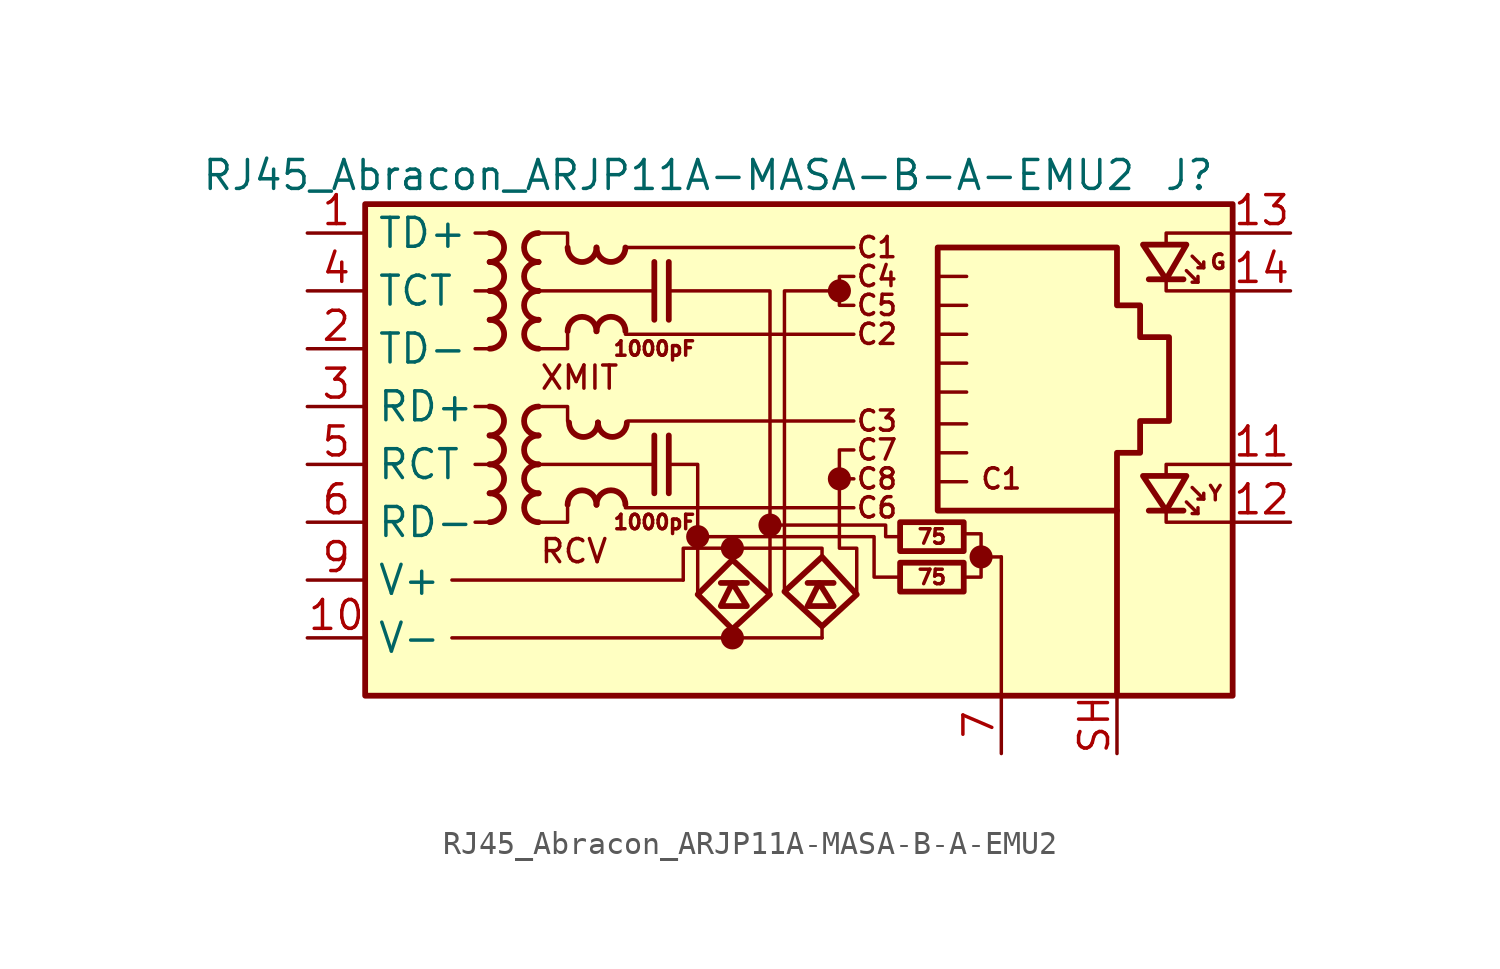
<source format=kicad_sym>
(kicad_symbol_lib
  (version 20241209)
  (generator "kicad_symbol_editor")
  (generator_version "9.0")
  (symbol "RJ45_Abracon_ARJP11A-MASA-B-A-EMU2"
    (property "Reference" "J"
      (at 18.415 12.7 0)
      (effects (font (size 1.27 1.27))))
    (property "Value" "RJ45_Abracon_ARJP11A-MASA-B-A-EMU2"
      (at -4.445 12.7 0)
      (effects (font (size 1.27 1.27))))
    (symbol "RJ45_Abracon_ARJP11A-MASA-B-A-EMU2_0_0"
      (polyline (pts (xy -5.08 8.89) (xy -5.08 6.35)) (stroke (width 0.254) (type default)) (fill (type none)))
      (polyline (pts (xy -5.08 1.27) (xy -5.08 -1.27)) (stroke (width 0.254) (type default)) (fill (type none)))
      (polyline (pts (xy -4.445 8.89) (xy -4.445 6.35)) (stroke (width 0.254) (type default)) (fill (type none)))
      (polyline (pts (xy -4.445 1.27) (xy -4.445 -1.27)) (stroke (width 0.254) (type default)) (fill (type none)))
      (circle (center -3.175 -3.175) (radius 0.0001) (stroke (width 0.508) (type default)) (fill (type none)))
      (circle (center -1.651 -3.683) (radius 0.0001) (stroke (width 0.508) (type default)) (fill (type none)))
      (circle (center -1.651 -7.62) (radius 0.0001) (stroke (width 0.508) (type default)) (fill (type none)))
      (circle (center 0 -2.667) (radius 0.0001) (stroke (width 0.508) (type default)) (fill (type none)))
      (circle (center 3.048 7.62) (radius 0.0001) (stroke (width 0.508) (type default)) (fill (type none)))
      (circle (center 3.048 -0.635) (radius 0.0001) (stroke (width 0.508) (type default)) (fill (type none)))
      (polyline (pts (xy 3.683 8.255) (xy 3.048 8.255) (xy 3.048 6.985) (xy 3.683 6.985)) (stroke (width 0) (type default)) (fill (type none)))
      (polyline (pts (xy 3.683 0.635) (xy 3.048 0.635) (xy 3.048 -0.635) (xy 3.683 -0.635)) (stroke (width 0) (type default)) (fill (type none)))
      (polyline (pts (xy 8.636 -4.953) (xy 9.271 -4.953) (xy 9.271 -3.048) (xy 8.636 -3.048)) (stroke (width 0) (type default)) (fill (type none)))
      (polyline (pts (xy 9.271 -4.064) (xy 10.16 -4.064)) (stroke (width 0) (type default)) (fill (type none)))
      (circle (center 9.271 -4.064) (radius 0.0001) (stroke (width 0.508) (type default)) (fill (type none)))
      (polyline (pts (xy 17.399 9.652) (xy 17.399 10.16) (xy 20.32 10.16)) (stroke (width 0) (type default)) (fill (type none)))
      (polyline (pts (xy 17.399 -0.508) (xy 17.399 0) (xy 20.32 0)) (stroke (width 0) (type default)) (fill (type none)))
      (polyline (pts (xy 20.32 7.62) (xy 17.399 7.62) (xy 17.399 8.128)) (stroke (width 0) (type default)) (fill (type none)))
      (polyline (pts (xy 20.32 -2.54) (xy 17.399 -2.54) (xy 17.399 -2.032)) (stroke (width 0) (type default)) (fill (type none)))
      (text "XMIT" (at -10.16 3.81 0) (effects (font (size 1.016 1.016)) (justify left)))
      (text "RCV" (at -10.16 -3.81 0) (effects (font (size 1.016 1.016)) (justify left)))
      (text "C1" (at 4.699 9.525 0) (effects (font (size 0.889 0.889))))
      (text "C4" (at 4.699 8.255 0) (effects (font (size 0.889 0.889))))
      (text "C5" (at 4.699 6.985 0) (effects (font (size 0.889 0.889))))
      (text "C2" (at 4.699 5.715 0) (effects (font (size 0.889 0.889))))
      (text "C3" (at 4.699 1.905 0) (effects (font (size 0.889 0.889))))
      (text "C7" (at 4.699 0.635 0) (effects (font (size 0.889 0.889))))
      (text "C8" (at 4.699 -0.635 0) (effects (font (size 0.889 0.889))))
      (text "C6" (at 4.699 -1.905 0) (effects (font (size 0.889 0.889))))
      (text "C1" (at 10.16 -0.635 0) (effects (font (size 0.889 0.889)))))
    (symbol "RJ45_Abracon_ARJP11A-MASA-B-A-EMU2_0_1"
      (rectangle (start -17.78 11.43) (end 20.32 -10.16) (stroke (width 0.254) (type default)) (fill (type background)))
      (polyline (pts (xy -12.316 10.16) (xy -12.951 10.16)) (stroke (width 0) (type default)) (fill (type none)))
      (polyline (pts (xy -12.316 7.62) (xy -12.951 7.62)) (stroke (width 0) (type default)) (fill (type none)))
      (polyline (pts (xy -12.316 5.08) (xy -12.951 5.08)) (stroke (width 0) (type default)) (fill (type none)))
      (polyline (pts (xy -12.316 2.54) (xy -12.951 2.54)) (stroke (width 0) (type default)) (fill (type none)))
      (polyline (pts (xy -12.316 0) (xy -12.951 0)) (stroke (width 0) (type default)) (fill (type none)))
      (polyline (pts (xy -12.316 -2.54) (xy -12.951 -2.54)) (stroke (width 0) (type default)) (fill (type none)))
      (polyline (pts (xy -10.16 10.16) (xy -8.89 10.16) (xy -8.89 9.525)) (stroke (width 0) (type default)) (fill (type none)))
      (polyline (pts (xy -10.16 2.54) (xy -8.89 2.54) (xy -8.89 1.905)) (stroke (width 0) (type default)) (fill (type none)))
      (polyline (pts (xy -8.89 5.715) (xy -8.89 5.08) (xy -10.16 5.08)) (stroke (width 0) (type default)) (fill (type none)))
      (polyline (pts (xy -8.89 -1.905) (xy -8.89 -2.54) (xy -10.16 -2.54)) (stroke (width 0) (type default)) (fill (type none)))
      (polyline (pts (xy -6.35 9.525) (xy 3.683 9.525)) (stroke (width 0) (type default)) (fill (type none)))
      (polyline (pts (xy -6.35 5.715) (xy 3.683 5.715)) (stroke (width 0) (type default)) (fill (type none)))
      (polyline (pts (xy -6.35 -1.905) (xy 3.683 -1.905)) (stroke (width 0) (type default)) (fill (type none)))
      (polyline (pts (xy -6.223 1.905) (xy 3.683 1.905)) (stroke (width 0) (type default)) (fill (type none)))
      (polyline (pts (xy -5.08 7.62) (xy -10.16 7.62)) (stroke (width 0) (type default)) (fill (type none)))
      (polyline (pts (xy -5.08 0) (xy -10.16 0)) (stroke (width 0) (type default)) (fill (type none)))
      (polyline (pts (xy -4.445 7.62) (xy 0 7.62) (xy 0 -5.715)) (stroke (width 0) (type default)) (fill (type none)))
      (polyline (pts (xy -4.445 0) (xy -3.175 0) (xy -3.175 -5.715)) (stroke (width 0) (type default)) (fill (type none)))
      (polyline (pts (xy 7.366 5.715) (xy 8.636 5.715)) (stroke (width 0) (type default)) (fill (type none)))
      (polyline (pts (xy 7.366 4.445) (xy 8.636 4.445)) (stroke (width 0) (type default)) (fill (type none)))
      (polyline (pts (xy 7.366 3.175) (xy 8.636 3.175)) (stroke (width 0) (type default)) (fill (type none)))
      (polyline (pts (xy 7.366 1.778) (xy 8.636 1.778)) (stroke (width 0) (type default)) (fill (type none)))
      (polyline (pts (xy 7.366 0.508) (xy 8.636 0.508)) (stroke (width 0) (type default)) (fill (type none)))
      (polyline (pts (xy 8.636 8.255) (xy 7.366 8.255)) (stroke (width 0) (type default)) (fill (type none)))
      (polyline (pts (xy 8.636 6.985) (xy 7.366 6.985)) (stroke (width 0) (type default)) (fill (type none)))
      (polyline (pts (xy 8.636 -0.762) (xy 7.366 -0.762)) (stroke (width 0) (type default)) (fill (type none))))
    (symbol "RJ45_Abracon_ARJP11A-MASA-B-A-EMU2_1_0"
      (text "1000pF" (at -5.08 5.08 0) (effects (font (size 0.635 0.635))))
      (text "1000pF" (at -5.08 -2.54 0) (effects (font (size 0.635 0.635)))))
    (symbol "RJ45_Abracon_ARJP11A-MASA-B-A-EMU2_1_1"
      (polyline (pts (xy -13.97 -5.08) (xy -3.81 -5.08)) (stroke (width 0) (type default)) (fill (type none)))
      (polyline (pts (xy -13.97 -7.62) (xy 2.286 -7.62)) (stroke (width 0) (type default)) (fill (type none)))
      (arc (start -12.3163 2.54) (mid -11.684 1.905) (end -12.3163 1.27) (stroke (width 0.254) (type default)) (fill (type none)))
      (arc (start -12.3136 10.16) (mid -11.6813 9.525) (end -12.3136 8.89) (stroke (width 0.254) (type default)) (fill (type none)))
      (arc (start -12.3136 1.27) (mid -11.6813 0.635) (end -12.3136 0) (stroke (width 0.254) (type default)) (fill (type none)))
      (arc (start -12.3136 0) (mid -11.6813 -0.635) (end -12.3136 -1.27) (stroke (width 0.254) (type default)) (fill (type none)))
      (arc (start -12.3136 -1.27) (mid -11.6813 -1.905) (end -12.3136 -2.54) (stroke (width 0.254) (type default)) (fill (type none)))
      (arc (start -12.3109 8.89) (mid -11.6786 8.255) (end -12.3109 7.62) (stroke (width 0.254) (type default)) (fill (type none)))
      (arc (start -12.3109 7.62) (mid -11.6786 6.985) (end -12.3109 6.35) (stroke (width 0.254) (type default)) (fill (type none)))
      (arc (start -12.3109 6.35) (mid -11.6786 5.715) (end -12.3109 5.08) (stroke (width 0.254) (type default)) (fill (type none)))
      (arc (start -10.1654 8.89) (mid -10.7977 9.525) (end -10.1654 10.16) (stroke (width 0.254) (type default)) (fill (type none)))
      (arc (start -10.1654 7.62) (mid -10.7977 8.255) (end -10.1654 8.89) (stroke (width 0.254) (type default)) (fill (type none)))
      (arc (start -10.1654 6.35) (mid -10.7977 6.985) (end -10.1654 7.62) (stroke (width 0.254) (type default)) (fill (type none)))
      (arc (start -10.1654 1.27) (mid -10.7977 1.905) (end -10.1654 2.54) (stroke (width 0.254) (type default)) (fill (type none)))
      (arc (start -10.1654 0) (mid -10.7977 0.635) (end -10.1654 1.27) (stroke (width 0.254) (type default)) (fill (type none)))
      (arc (start -10.1654 -1.27) (mid -10.7977 -0.635) (end -10.1654 0) (stroke (width 0.254) (type default)) (fill (type none)))
      (arc (start -10.1627 5.08) (mid -10.795 5.715) (end -10.1627 6.35) (stroke (width 0.254) (type default)) (fill (type none)))
      (arc (start -10.1627 -2.54) (mid -10.795 -1.905) (end -10.1627 -1.27) (stroke (width 0.254) (type default)) (fill (type none)))
      (arc (start -7.62 9.5223) (mid -8.255 8.89) (end -8.89 9.5223) (stroke (width 0.254) (type default)) (fill (type none)))
      (arc (start -8.89 5.8447) (mid -8.255 6.477) (end -7.62 5.8447) (stroke (width 0.254) (type default)) (fill (type none)))
      (arc (start -8.89 -1.7753) (mid -8.255 -1.143) (end -7.62 -1.7753) (stroke (width 0.254) (type default)) (fill (type none)))
      (arc (start -7.5565 1.8388) (mid -8.1915 1.2065) (end -8.8265 1.8388) (stroke (width 0.254) (type default)) (fill (type none)))
      (arc (start -6.35 9.525) (mid -6.985 8.8927) (end -7.62 9.525) (stroke (width 0.254) (type default)) (fill (type none)))
      (arc (start -7.62 5.8474) (mid -6.985 6.4797) (end -6.35 5.8474) (stroke (width 0.254) (type default)) (fill (type none)))
      (arc (start -7.62 -1.7726) (mid -6.985 -1.1403) (end -6.35 -1.7726) (stroke (width 0.254) (type default)) (fill (type none)))
      (arc (start -6.2865 1.8415) (mid -6.9215 1.2092) (end -7.5565 1.8415) (stroke (width 0.254) (type default)) (fill (type none)))
      (polyline (pts (xy -3.81 -5.08) (xy -3.81 -3.683) (xy -1.651 -3.683)) (stroke (width 0) (type default)) (fill (type none)))
      (polyline (pts (xy -2.159 -5.207) (xy -1.016 -5.207)) (stroke (width 0.254) (type default)) (fill (type none)))
      (polyline (pts (xy -2.159 -6.223) (xy -1.016 -6.223) (xy -1.651 -5.207) (xy -2.159 -6.223)) (stroke (width 0.254) (type default)) (fill (type none)))
      (polyline (pts (xy -1.905 -3.683) (xy -1.651 -3.683) (xy -1.651 -4.191)) (stroke (width 0) (type default)) (fill (type none)))
      (polyline (pts (xy -1.651 -3.683) (xy 2.286 -3.683) (xy 2.286 -4.064)) (stroke (width 0) (type default)) (fill (type none)))
      (polyline (pts (xy -1.651 -4.191) (xy -3.175 -5.715) (xy -1.651 -7.239) (xy 0 -5.715) (xy -1.651 -4.191)) (stroke (width 0.254) (type default)) (fill (type none)))
      (polyline (pts (xy -1.651 -7.239) (xy -1.651 -7.493)) (stroke (width 0) (type default)) (fill (type none)))
      (polyline (pts (xy 1.651 -5.207) (xy 2.794 -5.207)) (stroke (width 0.254) (type default)) (fill (type none)))
      (polyline (pts (xy 1.651 -6.223) (xy 2.794 -6.223) (xy 2.159 -5.207) (xy 1.651 -6.223)) (stroke (width 0.254) (type default)) (fill (type none)))
      (polyline (pts (xy 2.286 -4.064) (xy 0.635 -5.588) (xy 2.286 -7.112) (xy 3.81 -5.715) (xy 2.286 -4.064)) (stroke (width 0.254) (type default)) (fill (type none)))
      (polyline (pts (xy 2.286 -7.112) (xy 2.286 -7.62)) (stroke (width 0) (type default)) (fill (type none)))
      (polyline (pts (xy 3.048 7.62) (xy 0.635 7.62) (xy 0.635 -5.588)) (stroke (width 0) (type default)) (fill (type none)))
      (polyline (pts (xy 3.048 -0.508) (xy 3.048 -3.683) (xy 3.81 -3.683) (xy 3.81 -5.715)) (stroke (width 0) (type default)) (fill (type none)))
      (polyline (pts (xy 5.715 -3.175) (xy 5.08 -3.175) (xy 5.08 -2.667) (xy 0 -2.667)) (stroke (width 0) (type default)) (fill (type none)))
      (polyline (pts (xy 5.715 -4.953) (xy 4.572 -4.953) (xy 4.572 -3.175) (xy -3.175 -3.175)) (stroke (width 0) (type default)) (fill (type none)))
      (polyline (pts (xy 7.366 -2.032) (xy 7.366 9.525) (xy 15.24 9.525) (xy 15.24 6.985) (xy 16.256 6.985) (xy 16.256 5.588) (xy 17.526 5.588) (xy 17.526 1.905) (xy 16.256 1.905) (xy 16.256 0.508) (xy 15.24 0.508) (xy 15.24 -2.032) (xy 7.366 -2.032)) (stroke (width 0.254) (type default)) (fill (type none)))
      (rectangle (start 8.509 -3.81) (end 5.715 -2.54) (stroke (width 0.254) (type default)) (fill (type none)))
      (rectangle (start 8.509 -5.588) (end 5.715 -4.318) (stroke (width 0.254) (type default)) (fill (type none)))
      (polyline (pts (xy 10.16 -4.064) (xy 10.16 -10.16)) (stroke (width 0) (type default)) (fill (type none)))
      (polyline (pts (xy 15.24 -10.16) (xy 15.24 -2.032)) (stroke (width 0.254) (type default)) (fill (type none)))
      (polyline (pts (xy 18.161 8.128) (xy 16.637 8.128)) (stroke (width 0.254) (type default)) (fill (type none)))
      (polyline (pts (xy 18.161 -2.032) (xy 16.637 -2.032)) (stroke (width 0.254) (type default)) (fill (type none)))
      (polyline (pts (xy 18.288 9.652) (xy 16.383 9.652) (xy 17.399 8.128) (xy 18.288 9.652)) (stroke (width 0.254) (type default)) (fill (type none)))
      (polyline (pts (xy 18.288 8.509) (xy 18.796 8.001) (xy 18.542 8.001)) (stroke (width 0) (type default)) (fill (type none)))
      (polyline (pts (xy 18.288 -0.508) (xy 16.383 -0.508) (xy 17.399 -2.032) (xy 18.288 -0.508)) (stroke (width 0.254) (type default)) (fill (type none)))
      (polyline (pts (xy 18.288 -1.651) (xy 18.796 -2.159) (xy 18.542 -2.159)) (stroke (width 0) (type default)) (fill (type none)))
      (polyline (pts (xy 18.542 9.144) (xy 19.05 8.636) (xy 18.796 8.636)) (stroke (width 0) (type default)) (fill (type none)))
      (polyline (pts (xy 18.542 -1.016) (xy 19.05 -1.524) (xy 18.796 -1.524)) (stroke (width 0) (type default)) (fill (type none)))
      (polyline (pts (xy 18.796 8.001) (xy 18.796 8.255)) (stroke (width 0) (type default)) (fill (type none)))
      (polyline (pts (xy 18.796 -2.159) (xy 18.796 -1.905)) (stroke (width 0) (type default)) (fill (type none)))
      (polyline (pts (xy 19.05 8.636) (xy 19.05 8.89)) (stroke (width 0) (type default)) (fill (type none)))
      (polyline (pts (xy 19.05 -1.524) (xy 19.05 -1.27)) (stroke (width 0) (type default)) (fill (type none)))
      (text "75" (at 7.112 -3.175 0) (effects (font (size 0.635 0.635))))
      (text "75" (at 7.112 -4.953 0) (effects (font (size 0.635 0.635))))
      (text "Y" (at 19.558 -1.27 0) (effects (font (size 0.635 0.635))))
      (text "G" (at 19.685 8.89 0) (effects (font (size 0.635 0.635))))
      (pin passive line (at -20.32 10.16 0) (length 2.54) (name "TD+" (effects (font (size 1.27 1.27)))) (number "1" (effects (font (size 1.27 1.27)))))
      (pin passive line (at -20.32 7.62 0) (length 2.54) (name "TCT" (effects (font (size 1.27 1.27)))) (number "4" (effects (font (size 1.27 1.27)))))
      (pin passive line (at -20.32 5.08 0) (length 2.54) (name "TD-" (effects (font (size 1.27 1.27)))) (number "2" (effects (font (size 1.27 1.27)))))
      (pin passive line (at -20.32 2.54 0) (length 2.54) (name "RD+" (effects (font (size 1.27 1.27)))) (number "3" (effects (font (size 1.27 1.27)))))
      (pin passive line (at -20.32 0 0) (length 2.54) (name "RCT" (effects (font (size 1.27 1.27)))) (number "5" (effects (font (size 1.27 1.27)))))
      (pin passive line (at -20.32 -2.54 0) (length 2.54) (name "RD-" (effects (font (size 1.27 1.27)))) (number "6" (effects (font (size 1.27 1.27)))))
      (pin power_out line (at -20.32 -5.08 0) (length 2.54) (name "V+" (effects (font (size 1.27 1.27)))) (number "9" (effects (font (size 1.27 1.27)))))
      (pin power_out line (at -20.32 -7.62 0) (length 2.54) (name "V-" (effects (font (size 1.27 1.27)))) (number "10" (effects (font (size 1.27 1.27)))))
      (pin power_in line (at 10.16 -12.7 90) (length 2.54) (name "" (effects (font (size 1.27 1.27)))) (number "7" (effects (font (size 1.27 1.27)))))
      (pin passive line (at 15.24 -12.7 90) (length 2.54) (name "" (effects (font (size 1.27 1.27)))) (number "SH" (effects (font (size 1.27 1.27)))))
      (pin passive line (at 22.86 10.16 180) (length 2.54) (name "" (effects (font (size 1.27 1.27)))) (number "13" (effects (font (size 1.27 1.27)))))
      (pin passive line (at 22.86 7.62 180) (length 2.54) (name "" (effects (font (size 1.27 1.27)))) (number "14" (effects (font (size 1.27 1.27)))))
      (pin passive line (at 22.86 0 180) (length 2.54) (name "" (effects (font (size 1.27 1.27)))) (number "11" (effects (font (size 1.27 1.27)))))
      (pin passive line (at 22.86 -2.54 180) (length 2.54) (name "" (effects (font (size 1.27 1.27)))) (number "12" (effects (font (size 1.27 1.27))))))))
</source>
